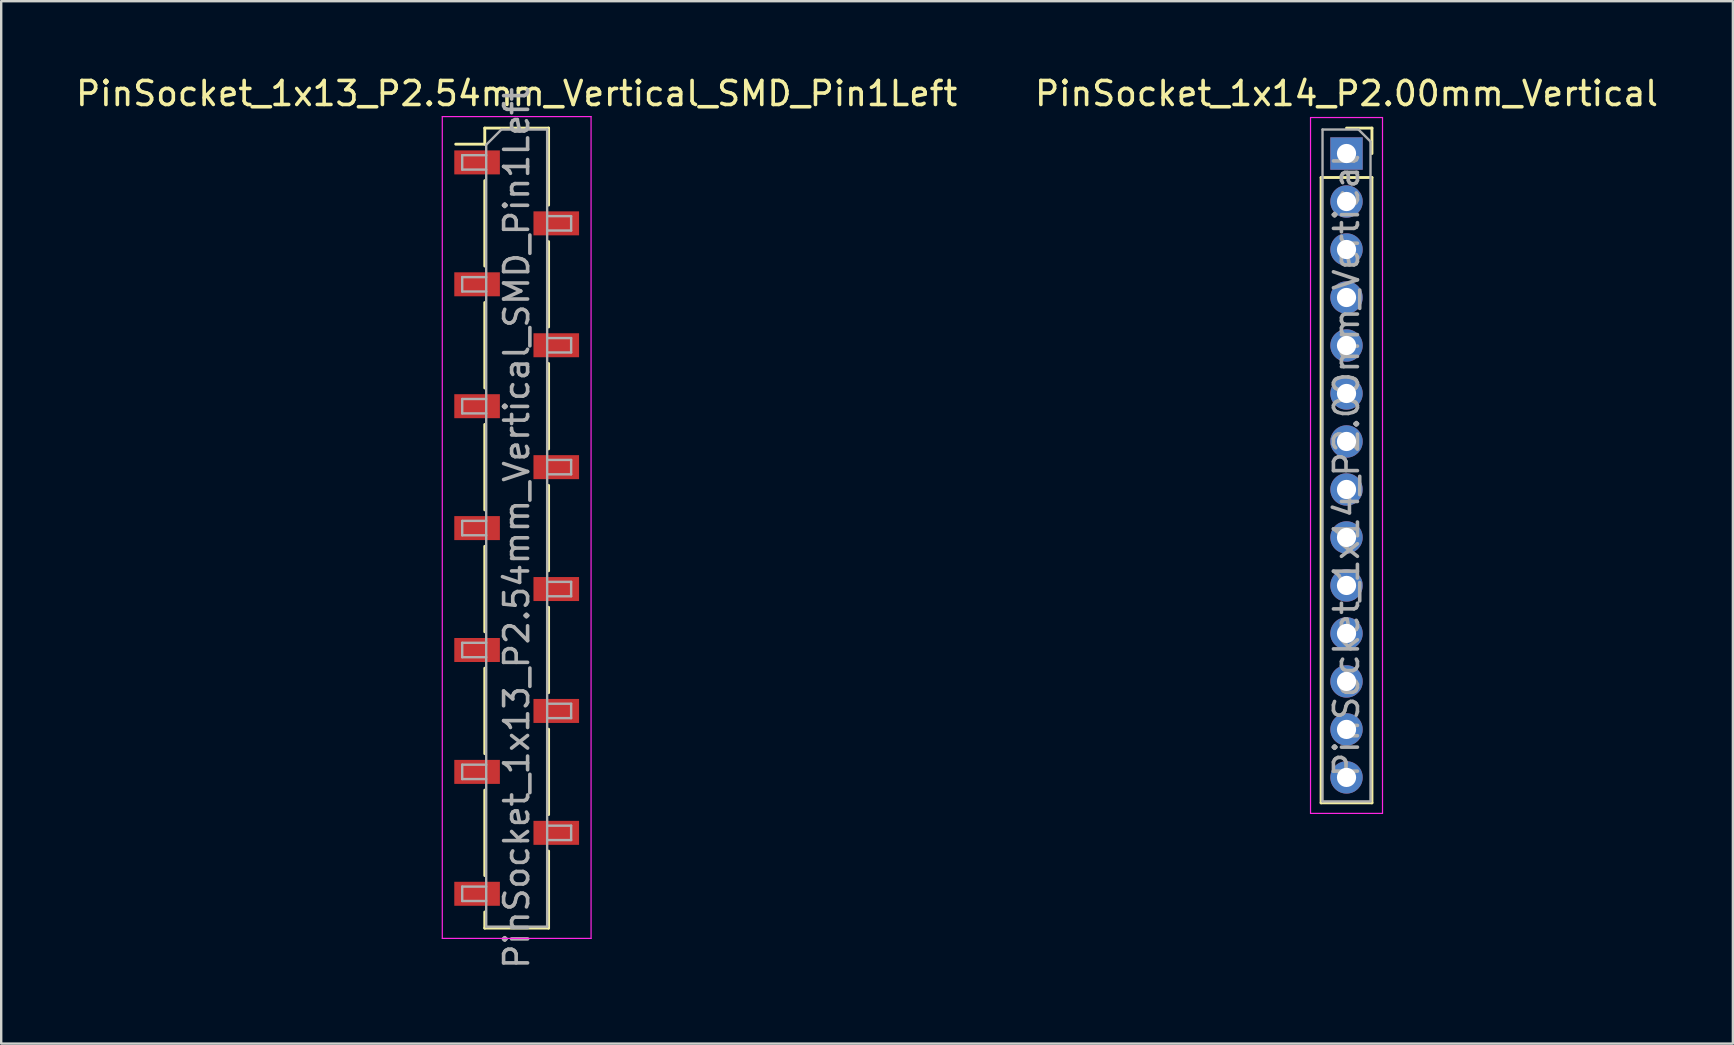
<source format=kicad_pcb>
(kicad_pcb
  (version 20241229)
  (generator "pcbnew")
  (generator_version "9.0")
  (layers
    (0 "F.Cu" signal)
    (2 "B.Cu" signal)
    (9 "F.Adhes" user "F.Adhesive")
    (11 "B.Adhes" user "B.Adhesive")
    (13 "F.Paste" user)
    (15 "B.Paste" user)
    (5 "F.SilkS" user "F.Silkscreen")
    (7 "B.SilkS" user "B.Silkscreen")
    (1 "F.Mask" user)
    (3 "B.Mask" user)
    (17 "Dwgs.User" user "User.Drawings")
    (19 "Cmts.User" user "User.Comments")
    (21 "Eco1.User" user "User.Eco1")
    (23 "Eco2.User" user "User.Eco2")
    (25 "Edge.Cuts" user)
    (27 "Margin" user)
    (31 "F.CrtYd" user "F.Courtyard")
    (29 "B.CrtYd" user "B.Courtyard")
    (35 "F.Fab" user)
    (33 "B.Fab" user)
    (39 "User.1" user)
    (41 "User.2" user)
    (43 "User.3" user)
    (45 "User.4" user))
  (footprint "PinSocket_1x14_P2.00mm_Vertical"
    (layer "F.Cu")
    (at 53.065 3.348)
    (property "Reference" "PinSocket_1x14_P2.00mm_Vertical" (at 0 -2.5 0) (layer "F.SilkS") (effects (font (size 1 1) (thickness 0.15))))
    (attr through_hole)
    (fp_line (start -1.06 1) (end -1.06 27.06) (stroke (width 0.12) (type solid)) (layer "F.SilkS"))
    (fp_line (start -1.06 1) (end 1.06 1) (stroke (width 0.12) (type solid)) (layer "F.SilkS"))
    (fp_line (start -1.06 27.06) (end 1.06 27.06) (stroke (width 0.12) (type solid)) (layer "F.SilkS"))
    (fp_line (start 0 -1.06) (end 1.06 -1.06) (stroke (width 0.12) (type solid)) (layer "F.SilkS"))
    (fp_line (start 1.06 -1.06) (end 1.06 0) (stroke (width 0.12) (type solid)) (layer "F.SilkS"))
    (fp_line (start 1.06 1) (end 1.06 27.06) (stroke (width 0.12) (type solid)) (layer "F.SilkS"))
    (fp_line (start -1.5 -1.5) (end 1.5 -1.5) (stroke (width 0.05) (type solid)) (layer "F.CrtYd"))
    (fp_line (start -1.5 27.5) (end -1.5 -1.5) (stroke (width 0.05) (type solid)) (layer "F.CrtYd"))
    (fp_line (start 1.5 -1.5) (end 1.5 27.5) (stroke (width 0.05) (type solid)) (layer "F.CrtYd"))
    (fp_line (start 1.5 27.5) (end -1.5 27.5) (stroke (width 0.05) (type solid)) (layer "F.CrtYd"))
    (fp_line (start -1 -1) (end 0.5 -1) (stroke (width 0.1) (type solid)) (layer "F.Fab"))
    (fp_line (start -1 27) (end -1 -1) (stroke (width 0.1) (type solid)) (layer "F.Fab"))
    (fp_line (start 0.5 -1) (end 1 -0.5) (stroke (width 0.1) (type solid)) (layer "F.Fab"))
    (fp_line (start 1 -0.5) (end 1 27) (stroke (width 0.1) (type solid)) (layer "F.Fab"))
    (fp_line (start 1 27) (end -1 27) (stroke (width 0.1) (type solid)) (layer "F.Fab"))
    (fp_text user "${REFERENCE}" (at 0 13 90) (layer "F.Fab") (effects (font (size 1 1) (thickness 0.15))))
    (pad "1" thru_hole rect (at 0 0) (size 1.35 1.35) (drill 0.8) (layers "*.Cu" "*.Mask"))
    (pad "2" thru_hole oval (at 0 2) (size 1.35 1.35) (drill 0.8) (layers "*.Cu" "*.Mask"))
    (pad "3" thru_hole oval (at 0 4) (size 1.35 1.35) (drill 0.8) (layers "*.Cu" "*.Mask"))
    (pad "4" thru_hole oval (at 0 6) (size 1.35 1.35) (drill 0.8) (layers "*.Cu" "*.Mask"))
    (pad "5" thru_hole oval (at 0 8) (size 1.35 1.35) (drill 0.8) (layers "*.Cu" "*.Mask"))
    (pad "6" thru_hole oval (at 0 10) (size 1.35 1.35) (drill 0.8) (layers "*.Cu" "*.Mask"))
    (pad "7" thru_hole oval (at 0 12) (size 1.35 1.35) (drill 0.8) (layers "*.Cu" "*.Mask"))
    (pad "8" thru_hole oval (at 0 14) (size 1.35 1.35) (drill 0.8) (layers "*.Cu" "*.Mask"))
    (pad "9" thru_hole oval (at 0 16) (size 1.35 1.35) (drill 0.8) (layers "*.Cu" "*.Mask"))
    (pad "10" thru_hole oval (at 0 18) (size 1.35 1.35) (drill 0.8) (layers "*.Cu" "*.Mask"))
    (pad "11" thru_hole oval (at 0 20) (size 1.35 1.35) (drill 0.8) (layers "*.Cu" "*.Mask"))
    (pad "12" thru_hole oval (at 0 22) (size 1.35 1.35) (drill 0.8) (layers "*.Cu" "*.Mask"))
    (pad "13" thru_hole oval (at 0 24) (size 1.35 1.35) (drill 0.8) (layers "*.Cu" "*.Mask"))
    (pad "14" thru_hole oval (at 0 26) (size 1.35 1.35) (drill 0.8) (layers "*.Cu" "*.Mask")))
  (footprint "PinSocket_1x13_P2.54mm_Vertical_SMD_Pin1Left"
    (layer "F.Cu")
    (at 18.482 18.958)
    (property "Reference" "PinSocket_1x13_P2.54mm_Vertical_SMD_Pin1Left" (at 0 -18.11 0) (layer "F.SilkS") (effects (font (size 1 1) (thickness 0.15))))
    (attr smd)
    (fp_line (start -2.54 -16) (end -1.33 -16) (stroke (width 0.12) (type solid)) (layer "F.SilkS"))
    (fp_line (start -1.33 -16.67) (end -1.33 -16) (stroke (width 0.12) (type solid)) (layer "F.SilkS"))
    (fp_line (start -1.33 -16.67) (end 1.33 -16.67) (stroke (width 0.12) (type solid)) (layer "F.SilkS"))
    (fp_line (start -1.33 -14.48) (end -1.33 -10.92) (stroke (width 0.12) (type solid)) (layer "F.SilkS"))
    (fp_line (start -1.33 -9.4) (end -1.33 -5.84) (stroke (width 0.12) (type solid)) (layer "F.SilkS"))
    (fp_line (start -1.33 -4.32) (end -1.33 -0.76) (stroke (width 0.12) (type solid)) (layer "F.SilkS"))
    (fp_line (start -1.33 0.76) (end -1.33 4.32) (stroke (width 0.12) (type solid)) (layer "F.SilkS"))
    (fp_line (start -1.33 5.84) (end -1.33 9.4) (stroke (width 0.12) (type solid)) (layer "F.SilkS"))
    (fp_line (start -1.33 10.92) (end -1.33 14.48) (stroke (width 0.12) (type solid)) (layer "F.SilkS"))
    (fp_line (start -1.33 16) (end -1.33 16.67) (stroke (width 0.12) (type solid)) (layer "F.SilkS"))
    (fp_line (start -1.33 16.67) (end 1.33 16.67) (stroke (width 0.12) (type solid)) (layer "F.SilkS"))
    (fp_line (start 1.33 -16.67) (end 1.33 -13.46) (stroke (width 0.12) (type solid)) (layer "F.SilkS"))
    (fp_line (start 1.33 -11.94) (end 1.33 -8.38) (stroke (width 0.12) (type solid)) (layer "F.SilkS"))
    (fp_line (start 1.33 -6.86) (end 1.33 -3.3) (stroke (width 0.12) (type solid)) (layer "F.SilkS"))
    (fp_line (start 1.33 -1.78) (end 1.33 1.78) (stroke (width 0.12) (type solid)) (layer "F.SilkS"))
    (fp_line (start 1.33 3.3) (end 1.33 6.86) (stroke (width 0.12) (type solid)) (layer "F.SilkS"))
    (fp_line (start 1.33 8.38) (end 1.33 11.94) (stroke (width 0.12) (type solid)) (layer "F.SilkS"))
    (fp_line (start 1.33 13.46) (end 1.33 16.67) (stroke (width 0.12) (type solid)) (layer "F.SilkS"))
    (fp_line (start -3.1 -17.15) (end 3.1 -17.15) (stroke (width 0.05) (type solid)) (layer "F.CrtYd"))
    (fp_line (start -3.1 17.1) (end -3.1 -17.15) (stroke (width 0.05) (type solid)) (layer "F.CrtYd"))
    (fp_line (start 3.1 -17.15) (end 3.1 17.1) (stroke (width 0.05) (type solid)) (layer "F.CrtYd"))
    (fp_line (start 3.1 17.1) (end -3.1 17.1) (stroke (width 0.05) (type solid)) (layer "F.CrtYd"))
    (fp_line (start -2.27 -15.54) (end -1.27 -15.54) (stroke (width 0.1) (type solid)) (layer "F.Fab"))
    (fp_line (start -2.27 -14.94) (end -2.27 -15.54) (stroke (width 0.1) (type solid)) (layer "F.Fab"))
    (fp_line (start -2.27 -10.46) (end -1.27 -10.46) (stroke (width 0.1) (type solid)) (layer "F.Fab"))
    (fp_line (start -2.27 -9.86) (end -2.27 -10.46) (stroke (width 0.1) (type solid)) (layer "F.Fab"))
    (fp_line (start -2.27 -5.38) (end -1.27 -5.38) (stroke (width 0.1) (type solid)) (layer "F.Fab"))
    (fp_line (start -2.27 -4.78) (end -2.27 -5.38) (stroke (width 0.1) (type solid)) (layer "F.Fab"))
    (fp_line (start -2.27 -0.3) (end -1.27 -0.3) (stroke (width 0.1) (type solid)) (layer "F.Fab"))
    (fp_line (start -2.27 0.3) (end -2.27 -0.3) (stroke (width 0.1) (type solid)) (layer "F.Fab"))
    (fp_line (start -2.27 4.78) (end -1.27 4.78) (stroke (width 0.1) (type solid)) (layer "F.Fab"))
    (fp_line (start -2.27 5.38) (end -2.27 4.78) (stroke (width 0.1) (type solid)) (layer "F.Fab"))
    (fp_line (start -2.27 9.86) (end -1.27 9.86) (stroke (width 0.1) (type solid)) (layer "F.Fab"))
    (fp_line (start -2.27 10.46) (end -2.27 9.86) (stroke (width 0.1) (type solid)) (layer "F.Fab"))
    (fp_line (start -2.27 14.94) (end -1.27 14.94) (stroke (width 0.1) (type solid)) (layer "F.Fab"))
    (fp_line (start -2.27 15.54) (end -2.27 14.94) (stroke (width 0.1) (type solid)) (layer "F.Fab"))
    (fp_line (start -1.27 -15.975) (end -0.635 -16.61) (stroke (width 0.1) (type solid)) (layer "F.Fab"))
    (fp_line (start -1.27 -14.94) (end -2.27 -14.94) (stroke (width 0.1) (type solid)) (layer "F.Fab"))
    (fp_line (start -1.27 -9.86) (end -2.27 -9.86) (stroke (width 0.1) (type solid)) (layer "F.Fab"))
    (fp_line (start -1.27 -4.78) (end -2.27 -4.78) (stroke (width 0.1) (type solid)) (layer "F.Fab"))
    (fp_line (start -1.27 0.3) (end -2.27 0.3) (stroke (width 0.1) (type solid)) (layer "F.Fab"))
    (fp_line (start -1.27 5.38) (end -2.27 5.38) (stroke (width 0.1) (type solid)) (layer "F.Fab"))
    (fp_line (start -1.27 10.46) (end -2.27 10.46) (stroke (width 0.1) (type solid)) (layer "F.Fab"))
    (fp_line (start -1.27 15.54) (end -2.27 15.54) (stroke (width 0.1) (type solid)) (layer "F.Fab"))
    (fp_line (start -1.27 16.61) (end -1.27 -15.975) (stroke (width 0.1) (type solid)) (layer "F.Fab"))
    (fp_line (start -0.635 -16.61) (end 1.27 -16.61) (stroke (width 0.1) (type solid)) (layer "F.Fab"))
    (fp_line (start 1.27 -16.61) (end 1.27 16.61) (stroke (width 0.1) (type solid)) (layer "F.Fab"))
    (fp_line (start 1.27 -13) (end 2.27 -13) (stroke (width 0.1) (type solid)) (layer "F.Fab"))
    (fp_line (start 1.27 -7.92) (end 2.27 -7.92) (stroke (width 0.1) (type solid)) (layer "F.Fab"))
    (fp_line (start 1.27 -2.84) (end 2.27 -2.84) (stroke (width 0.1) (type solid)) (layer "F.Fab"))
    (fp_line (start 1.27 2.24) (end 2.27 2.24) (stroke (width 0.1) (type solid)) (layer "F.Fab"))
    (fp_line (start 1.27 7.32) (end 2.27 7.32) (stroke (width 0.1) (type solid)) (layer "F.Fab"))
    (fp_line (start 1.27 12.4) (end 2.27 12.4) (stroke (width 0.1) (type solid)) (layer "F.Fab"))
    (fp_line (start 1.27 16.61) (end -1.27 16.61) (stroke (width 0.1) (type solid)) (layer "F.Fab"))
    (fp_line (start 2.27 -13) (end 2.27 -12.4) (stroke (width 0.1) (type solid)) (layer "F.Fab"))
    (fp_line (start 2.27 -12.4) (end 1.27 -12.4) (stroke (width 0.1) (type solid)) (layer "F.Fab"))
    (fp_line (start 2.27 -7.92) (end 2.27 -7.32) (stroke (width 0.1) (type solid)) (layer "F.Fab"))
    (fp_line (start 2.27 -7.32) (end 1.27 -7.32) (stroke (width 0.1) (type solid)) (layer "F.Fab"))
    (fp_line (start 2.27 -2.84) (end 2.27 -2.24) (stroke (width 0.1) (type solid)) (layer "F.Fab"))
    (fp_line (start 2.27 -2.24) (end 1.27 -2.24) (stroke (width 0.1) (type solid)) (layer "F.Fab"))
    (fp_line (start 2.27 2.24) (end 2.27 2.84) (stroke (width 0.1) (type solid)) (layer "F.Fab"))
    (fp_line (start 2.27 2.84) (end 1.27 2.84) (stroke (width 0.1) (type solid)) (layer "F.Fab"))
    (fp_line (start 2.27 7.32) (end 2.27 7.92) (stroke (width 0.1) (type solid)) (layer "F.Fab"))
    (fp_line (start 2.27 7.92) (end 1.27 7.92) (stroke (width 0.1) (type solid)) (layer "F.Fab"))
    (fp_line (start 2.27 12.4) (end 2.27 13) (stroke (width 0.1) (type solid)) (layer "F.Fab"))
    (fp_line (start 2.27 13) (end 1.27 13) (stroke (width 0.1) (type solid)) (layer "F.Fab"))
    (fp_text user "${REFERENCE}" (at 0 0 90) (layer "F.Fab") (effects (font (size 1 1) (thickness 0.15))))
    (pad "1" smd rect (at -1.65 -15.24) (size 1.9 1) (layers "F.Cu" "F.Mask" "F.Paste"))
    (pad "2" smd rect (at 1.65 -12.7) (size 1.9 1) (layers "F.Cu" "F.Mask" "F.Paste"))
    (pad "3" smd rect (at -1.65 -10.16) (size 1.9 1) (layers "F.Cu" "F.Mask" "F.Paste"))
    (pad "4" smd rect (at 1.65 -7.62) (size 1.9 1) (layers "F.Cu" "F.Mask" "F.Paste"))
    (pad "5" smd rect (at -1.65 -5.08) (size 1.9 1) (layers "F.Cu" "F.Mask" "F.Paste"))
    (pad "6" smd rect (at 1.65 -2.54) (size 1.9 1) (layers "F.Cu" "F.Mask" "F.Paste"))
    (pad "7" smd rect (at -1.65 0) (size 1.9 1) (layers "F.Cu" "F.Mask" "F.Paste"))
    (pad "8" smd rect (at 1.65 2.54) (size 1.9 1) (layers "F.Cu" "F.Mask" "F.Paste"))
    (pad "9" smd rect (at -1.65 5.08) (size 1.9 1) (layers "F.Cu" "F.Mask" "F.Paste"))
    (pad "10" smd rect (at 1.65 7.62) (size 1.9 1) (layers "F.Cu" "F.Mask" "F.Paste"))
    (pad "11" smd rect (at -1.65 10.16) (size 1.9 1) (layers "F.Cu" "F.Mask" "F.Paste"))
    (pad "12" smd rect (at 1.65 12.7) (size 1.9 1) (layers "F.Cu" "F.Mask" "F.Paste"))
    (pad "13" smd rect (at -1.65 15.24) (size 1.9 1) (layers "F.Cu" "F.Mask" "F.Paste")))
  (gr_rect
    (start -3 -3)
    (end 69.167 40.44)
    (stroke (width 0.1) (type default))
    (fill no)
    (layer "Edge.Cuts")))
</source>
